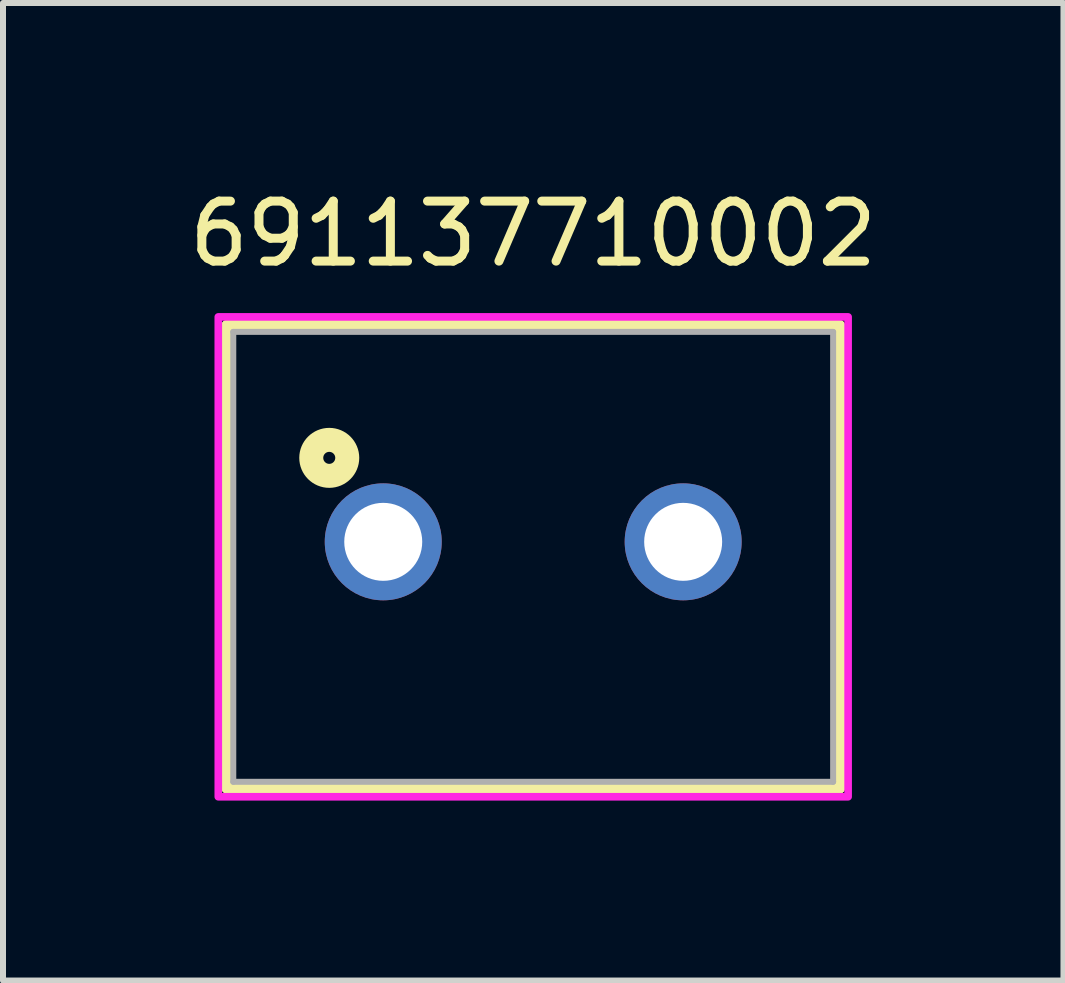
<source format=kicad_pcb>
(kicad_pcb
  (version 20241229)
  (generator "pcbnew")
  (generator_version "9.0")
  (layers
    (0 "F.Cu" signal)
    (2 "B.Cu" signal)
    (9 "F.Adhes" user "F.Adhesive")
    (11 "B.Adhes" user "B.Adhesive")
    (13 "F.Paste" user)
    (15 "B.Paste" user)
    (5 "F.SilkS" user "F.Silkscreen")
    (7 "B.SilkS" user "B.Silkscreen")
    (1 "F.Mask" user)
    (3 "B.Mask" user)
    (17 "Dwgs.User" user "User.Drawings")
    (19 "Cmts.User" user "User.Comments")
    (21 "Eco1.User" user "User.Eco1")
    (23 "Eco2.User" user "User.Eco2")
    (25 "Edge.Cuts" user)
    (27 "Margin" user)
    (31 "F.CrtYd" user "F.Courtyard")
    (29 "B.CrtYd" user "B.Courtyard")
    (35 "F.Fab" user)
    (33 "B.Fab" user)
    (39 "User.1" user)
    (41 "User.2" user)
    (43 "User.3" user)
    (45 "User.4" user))
  (footprint "691137710002"
    (layer "F.Cu")
    (at 5.839 5.983)
    (property "Reference" "691137710002" (at 0 -5.135 0) (layer "F.SilkS") (effects (font (size 1 1) (thickness 0.15))))
    (attr through_hole)
    (fp_line (start -5.1 -3.6) (end 5.1 -3.6) (stroke (width 0.2) (type solid)) (layer "F.SilkS"))
    (fp_line (start -5.1 4.1) (end -5.1 -3.6) (stroke (width 0.2) (type solid)) (layer "F.SilkS"))
    (fp_line (start 5.1 -3.6) (end 5.1 4.1) (stroke (width 0.2) (type solid)) (layer "F.SilkS"))
    (fp_line (start 5.1 4.1) (end -5.1 4.1) (stroke (width 0.2) (type solid)) (layer "F.SilkS"))
    (fp_circle (center -3.4 -1.4) (end -3.3 -1.4) (stroke (width 0.4) (type solid)) (fill no) (layer "F.SilkS"))
    (fp_poly (pts (xy -5.25 -3.75) (xy 5.25 -3.75) (xy 5.25 4.25) (xy -5.25 4.25)) (stroke (width 0.127) (type solid)) (fill no) (layer "F.CrtYd"))
    (fp_line (start -5 -3.5) (end 5 -3.5) (stroke (width 0.1) (type solid)) (layer "F.Fab"))
    (fp_line (start -5 4) (end -5 -3.5) (stroke (width 0.1) (type solid)) (layer "F.Fab"))
    (fp_line (start 5 -3.5) (end 5 4) (stroke (width 0.1) (type solid)) (layer "F.Fab"))
    (fp_line (start 5 4) (end -5 4) (stroke (width 0.1) (type solid)) (layer "F.Fab"))
    (pad "1" thru_hole circle (at -2.5 0) (size 1.95 1.95) (drill 1.3) (layers "*.Cu" "*.Mask"))
    (pad "2" thru_hole circle (at 2.5 0) (size 1.95 1.95) (drill 1.3) (layers "*.Cu" "*.Mask")))
  (gr_rect
    (start -3 -3)
    (end 14.679 13.297)
    (stroke (width 0.1) (type default))
    (fill no)
    (layer "Edge.Cuts")))
</source>
